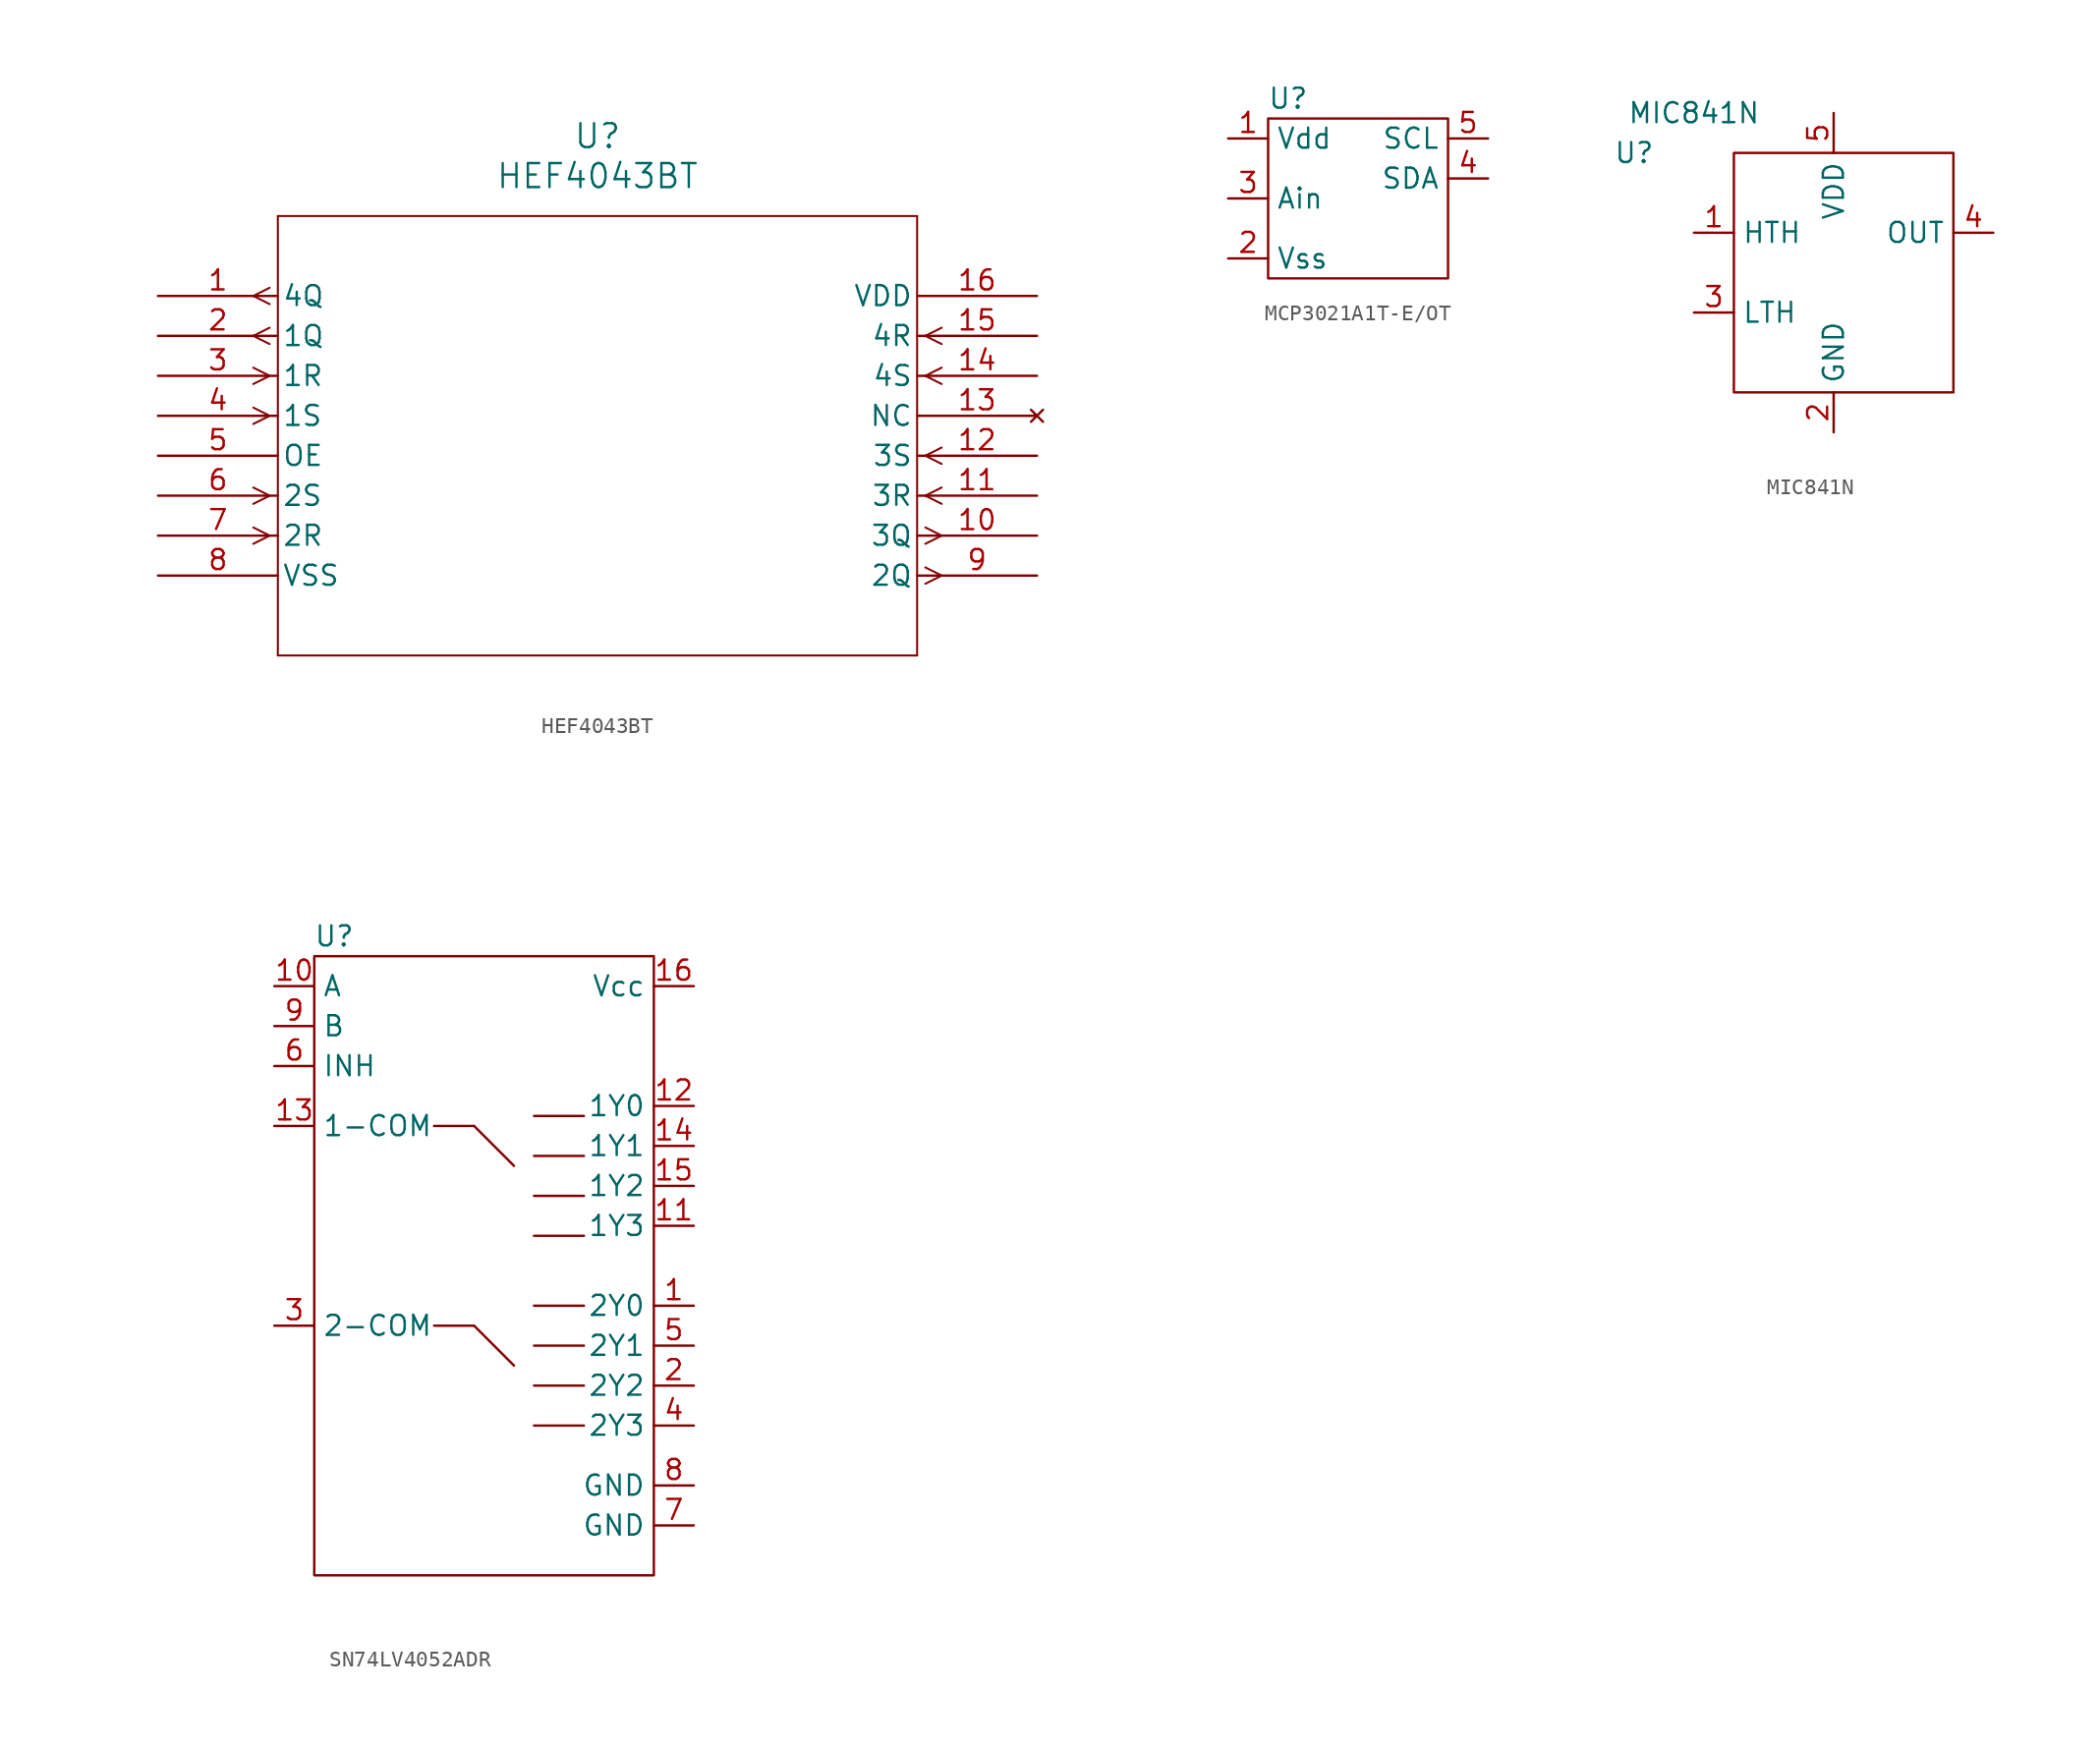
<source format=kicad_sym>
(kicad_symbol_lib
  (version 20220914)
  (generator kicad_symbol_editor)
  (symbol "HEF4043BT"
    (pin_names
      (offset 0.254))
    (property "Reference" "U"
      (at 27.94 10.16 0)
      (effects (font (size 1.524 1.524))))
    (property "Value" "HEF4043BT"
      (at 27.94 7.62 0)
      (effects (font (size 1.524 1.524))))
    (property "ki_locked" ""
      (at 0 0 0)
      (effects (font (size 1.27 1.27))))
    (symbol "HEF4043BT_0_1"
      (polyline (pts (xy 7.099 -15.24) (xy 6.058 -15.761)) (stroke (width 0.127) (type default)) (fill (type none)))
      (polyline (pts (xy 7.099 -15.24) (xy 6.058 -14.719)) (stroke (width 0.127) (type default)) (fill (type none)))
      (polyline (pts (xy 7.099 -12.7) (xy 6.058 -13.221)) (stroke (width 0.127) (type default)) (fill (type none)))
      (polyline (pts (xy 7.099 -12.7) (xy 6.058 -12.179)) (stroke (width 0.127) (type default)) (fill (type none)))
      (polyline (pts (xy 7.099 -7.62) (xy 6.058 -8.141)) (stroke (width 0.127) (type default)) (fill (type none)))
      (polyline (pts (xy 7.099 -7.62) (xy 6.058 -7.099)) (stroke (width 0.127) (type default)) (fill (type none)))
      (polyline (pts (xy 7.099 -5.08) (xy 6.058 -5.601)) (stroke (width 0.127) (type default)) (fill (type none)))
      (polyline (pts (xy 7.099 -5.08) (xy 6.058 -4.559)) (stroke (width 0.127) (type default)) (fill (type none)))
      (polyline (pts (xy 7.099 -3.061) (xy 6.058 -2.54)) (stroke (width 0.127) (type default)) (fill (type none)))
      (polyline (pts (xy 7.099 -2.019) (xy 6.058 -2.54)) (stroke (width 0.127) (type default)) (fill (type none)))
      (polyline (pts (xy 7.099 -0.521) (xy 6.058 0)) (stroke (width 0.127) (type default)) (fill (type none)))
      (polyline (pts (xy 7.099 0.521) (xy 6.058 0)) (stroke (width 0.127) (type default)) (fill (type none)))
      (polyline (pts (xy 7.62 -22.86) (xy 48.26 -22.86)) (stroke (width 0.127) (type default)) (fill (type none)))
      (polyline (pts (xy 7.62 5.08) (xy 7.62 -22.86)) (stroke (width 0.127) (type default)) (fill (type none)))
      (polyline (pts (xy 48.26 -22.86) (xy 48.26 5.08)) (stroke (width 0.127) (type default)) (fill (type none)))
      (polyline (pts (xy 48.26 5.08) (xy 7.62 5.08)) (stroke (width 0.127) (type default)) (fill (type none)))
      (polyline (pts (xy 48.781 -18.301) (xy 49.822 -17.78)) (stroke (width 0.127) (type default)) (fill (type none)))
      (polyline (pts (xy 48.781 -17.259) (xy 49.822 -17.78)) (stroke (width 0.127) (type default)) (fill (type none)))
      (polyline (pts (xy 48.781 -15.761) (xy 49.822 -15.24)) (stroke (width 0.127) (type default)) (fill (type none)))
      (polyline (pts (xy 48.781 -14.719) (xy 49.822 -15.24)) (stroke (width 0.127) (type default)) (fill (type none)))
      (polyline (pts (xy 48.781 -12.7) (xy 49.822 -13.221)) (stroke (width 0.127) (type default)) (fill (type none)))
      (polyline (pts (xy 48.781 -12.7) (xy 49.822 -12.179)) (stroke (width 0.127) (type default)) (fill (type none)))
      (polyline (pts (xy 48.781 -10.16) (xy 49.822 -10.681)) (stroke (width 0.127) (type default)) (fill (type none)))
      (polyline (pts (xy 48.781 -10.16) (xy 49.822 -9.639)) (stroke (width 0.127) (type default)) (fill (type none)))
      (polyline (pts (xy 48.781 -5.08) (xy 49.822 -5.601)) (stroke (width 0.127) (type default)) (fill (type none)))
      (polyline (pts (xy 48.781 -5.08) (xy 49.822 -4.559)) (stroke (width 0.127) (type default)) (fill (type none)))
      (polyline (pts (xy 48.781 -2.54) (xy 49.822 -3.061)) (stroke (width 0.127) (type default)) (fill (type none)))
      (polyline (pts (xy 48.781 -2.54) (xy 49.822 -2.019)) (stroke (width 0.127) (type default)) (fill (type none)))
      (pin output line (at 0 0 0) (length 7.62) (name "4Q" (effects (font (size 1.27 1.27)))) (number "1" (effects (font (size 1.27 1.27)))))
      (pin output line (at 55.88 -15.24 180) (length 7.62) (name "3Q" (effects (font (size 1.27 1.27)))) (number "10" (effects (font (size 1.27 1.27)))))
      (pin input line (at 55.88 -12.7 180) (length 7.62) (name "3R" (effects (font (size 1.27 1.27)))) (number "11" (effects (font (size 1.27 1.27)))))
      (pin input line (at 55.88 -10.16 180) (length 7.62) (name "3S" (effects (font (size 1.27 1.27)))) (number "12" (effects (font (size 1.27 1.27)))))
      (pin no_connect line (at 55.88 -7.62 180) (length 7.62) (name "NC" (effects (font (size 1.27 1.27)))) (number "13" (effects (font (size 1.27 1.27)))))
      (pin input line (at 55.88 -5.08 180) (length 7.62) (name "4S" (effects (font (size 1.27 1.27)))) (number "14" (effects (font (size 1.27 1.27)))))
      (pin input line (at 55.88 -2.54 180) (length 7.62) (name "4R" (effects (font (size 1.27 1.27)))) (number "15" (effects (font (size 1.27 1.27)))))
      (pin power_in line (at 55.88 0 180) (length 7.62) (name "VDD" (effects (font (size 1.27 1.27)))) (number "16" (effects (font (size 1.27 1.27)))))
      (pin output line (at 0 -2.54 0) (length 7.62) (name "1Q" (effects (font (size 1.27 1.27)))) (number "2" (effects (font (size 1.27 1.27)))))
      (pin input line (at 0 -5.08 0) (length 7.62) (name "1R" (effects (font (size 1.27 1.27)))) (number "3" (effects (font (size 1.27 1.27)))))
      (pin input line (at 0 -7.62 0) (length 7.62) (name "1S" (effects (font (size 1.27 1.27)))) (number "4" (effects (font (size 1.27 1.27)))))
      (pin unspecified line (at 0 -10.16 0) (length 7.62) (name "OE" (effects (font (size 1.27 1.27)))) (number "5" (effects (font (size 1.27 1.27)))))
      (pin input line (at 0 -12.7 0) (length 7.62) (name "2S" (effects (font (size 1.27 1.27)))) (number "6" (effects (font (size 1.27 1.27)))))
      (pin input line (at 0 -15.24 0) (length 7.62) (name "2R" (effects (font (size 1.27 1.27)))) (number "7" (effects (font (size 1.27 1.27)))))
      (pin power_in line (at 0 -17.78 0) (length 7.62) (name "VSS" (effects (font (size 1.27 1.27)))) (number "8" (effects (font (size 1.27 1.27)))))
      (pin output line (at 55.88 -17.78 180) (length 7.62) (name "2Q" (effects (font (size 1.27 1.27)))) (number "9" (effects (font (size 1.27 1.27)))))))
  (symbol "MCP3021A1T-E/OT"
    (property "Reference" "U"
      (at -3.81 1.27 0)
      (effects (font (size 1.27 1.27))))
    (property "Value" ""
      (at -5.715 0 0)
      (effects (font (size 1.27 1.27))))
    (symbol "MCP3021A1T-E/OT_0_0"
      (pin unspecified line (at -7.62 -1.27 0) (length 2.54) (name "Vdd" (effects (font (size 1.27 1.27)))) (number "1" (effects (font (size 1.27 1.27)))))
      (pin unspecified line (at -7.62 -8.89 0) (length 2.54) (name "Vss" (effects (font (size 1.27 1.27)))) (number "2" (effects (font (size 1.27 1.27)))))
      (pin unspecified line (at -7.62 -5.08 0) (length 2.54) (name "Ain" (effects (font (size 1.27 1.27)))) (number "3" (effects (font (size 1.27 1.27)))))
      (pin unspecified line (at 8.89 -3.81 180) (length 2.54) (name "SDA" (effects (font (size 1.27 1.27)))) (number "4" (effects (font (size 1.27 1.27)))))
      (pin unspecified line (at 8.89 -1.27 180) (length 2.54) (name "SCL" (effects (font (size 1.27 1.27)))) (number "5" (effects (font (size 1.27 1.27))))))
    (symbol "MCP3021A1T-E/OT_0_1"
      (rectangle (start -5.08 0) (end 6.35 -10.16) (stroke (width 0) (type default)) (fill (type none)))))
  (symbol "MIC841N"
    (property "Reference" "U"
      (at -12.7 7.62 0)
      (effects (font (size 1.27 1.27))))
    (property "Value" "MIC841N"
      (at -8.89 10.16 0)
      (effects (font (size 1.27 1.27))))
    (symbol "MIC841N_0_0"
      (pin unspecified line (at -8.89 2.54 0) (length 2.54) (name "HTH" (effects (font (size 1.27 1.27)))) (number "1" (effects (font (size 1.27 1.27)))))
      (pin unspecified line (at 0 -10.16 90) (length 2.54) (name "GND" (effects (font (size 1.27 1.27)))) (number "2" (effects (font (size 1.27 1.27)))))
      (pin unspecified line (at -8.89 -2.54 0) (length 2.54) (name "LTH" (effects (font (size 1.27 1.27)))) (number "3" (effects (font (size 1.27 1.27)))))
      (pin unspecified line (at 10.16 2.54 180) (length 2.54) (name "OUT" (effects (font (size 1.27 1.27)))) (number "4" (effects (font (size 1.27 1.27)))))
      (pin unspecified line (at 0 10.16 270) (length 2.54) (name "VDD" (effects (font (size 1.27 1.27)))) (number "5" (effects (font (size 1.27 1.27))))))
    (symbol "MIC841N_0_1"
      (rectangle (start -6.35 7.62) (end 7.62 -7.62) (stroke (width 0) (type default)) (fill (type none)))))
  (symbol "SN74LV4052ADR"
    (property "Reference" "U"
      (at -8.89 17.145 0)
      (effects (font (size 1.27 1.27))))
    (property "Value" ""
      (at -22.225 20.32 0)
      (effects (font (size 1.27 1.27))))
    (symbol "SN74LV4052ADR_0_0"
      (pin unspecified line (at 13.97 -6.35 180) (length 2.54) (name "2Y0" (effects (font (size 1.27 1.27)))) (number "1" (effects (font (size 1.27 1.27)))))
      (pin unspecified line (at -12.7 13.97 0) (length 2.54) (name "A" (effects (font (size 1.27 1.27)))) (number "10" (effects (font (size 1.27 1.27)))))
      (pin unspecified line (at 13.97 -1.27 180) (length 2.54) (name "1Y3" (effects (font (size 1.27 1.27)))) (number "11" (effects (font (size 1.27 1.27)))))
      (pin unspecified line (at 13.97 6.35 180) (length 2.54) (name "1Y0" (effects (font (size 1.27 1.27)))) (number "12" (effects (font (size 1.27 1.27)))))
      (pin unspecified line (at -12.7 5.08 0) (length 2.54) (name "1-COM" (effects (font (size 1.27 1.27)))) (number "13" (effects (font (size 1.27 1.27)))))
      (pin unspecified line (at 13.97 3.81 180) (length 2.54) (name "1Y1" (effects (font (size 1.27 1.27)))) (number "14" (effects (font (size 1.27 1.27)))))
      (pin unspecified line (at 13.97 1.27 180) (length 2.54) (name "1Y2" (effects (font (size 1.27 1.27)))) (number "15" (effects (font (size 1.27 1.27)))))
      (pin unspecified line (at 13.97 13.97 180) (length 2.54) (name "Vcc" (effects (font (size 1.27 1.27)))) (number "16" (effects (font (size 1.27 1.27)))))
      (pin unspecified line (at 13.97 -11.43 180) (length 2.54) (name "2Y2" (effects (font (size 1.27 1.27)))) (number "2" (effects (font (size 1.27 1.27)))))
      (pin unspecified line (at -12.7 -7.62 0) (length 2.54) (name "2-COM" (effects (font (size 1.27 1.27)))) (number "3" (effects (font (size 1.27 1.27)))))
      (pin unspecified line (at 13.97 -13.97 180) (length 2.54) (name "2Y3" (effects (font (size 1.27 1.27)))) (number "4" (effects (font (size 1.27 1.27)))))
      (pin unspecified line (at 13.97 -8.89 180) (length 2.54) (name "2Y1" (effects (font (size 1.27 1.27)))) (number "5" (effects (font (size 1.27 1.27)))))
      (pin unspecified line (at -12.7 8.89 0) (length 2.54) (name "INH" (effects (font (size 1.27 1.27)))) (number "6" (effects (font (size 1.27 1.27)))))
      (pin unspecified line (at 13.97 -20.32 180) (length 2.54) (name "GND" (effects (font (size 1.27 1.27)))) (number "7" (effects (font (size 1.27 1.27)))))
      (pin unspecified line (at 13.97 -17.78 180) (length 2.54) (name "GND" (effects (font (size 1.27 1.27)))) (number "8" (effects (font (size 1.27 1.27)))))
      (pin unspecified line (at -12.7 11.43 0) (length 2.54) (name "B" (effects (font (size 1.27 1.27)))) (number "9" (effects (font (size 1.27 1.27))))))
    (symbol "SN74LV4052ADR_0_1"
      (rectangle (start -10.16 15.875) (end 11.43 -23.495) (stroke (width 0) (type default)) (fill (type none)))
      (polyline (pts (xy -2.54 -7.62) (xy 0 -7.62)) (stroke (width 0) (type default)) (fill (type none)))
      (polyline (pts (xy -2.54 5.08) (xy 0 5.08)) (stroke (width 0) (type default)) (fill (type none)))
      (polyline (pts (xy 0 -7.62) (xy 2.54 -10.16)) (stroke (width 0) (type default)) (fill (type none)))
      (polyline (pts (xy 0 5.08) (xy 2.54 2.54)) (stroke (width 0) (type default)) (fill (type none)))
      (polyline (pts (xy 3.81 -13.97) (xy 6.985 -13.97)) (stroke (width 0) (type default)) (fill (type none)))
      (polyline (pts (xy 3.81 -11.43) (xy 6.985 -11.43)) (stroke (width 0) (type default)) (fill (type none)))
      (polyline (pts (xy 3.81 -8.89) (xy 6.985 -8.89)) (stroke (width 0) (type default)) (fill (type none)))
      (polyline (pts (xy 3.81 -6.35) (xy 6.985 -6.35)) (stroke (width 0) (type default)) (fill (type none)))
      (polyline (pts (xy 3.81 -1.905) (xy 6.985 -1.905)) (stroke (width 0) (type default)) (fill (type none)))
      (polyline (pts (xy 3.81 0.635) (xy 6.985 0.635)) (stroke (width 0) (type default)) (fill (type none)))
      (polyline (pts (xy 3.81 3.175) (xy 6.985 3.175)) (stroke (width 0) (type default)) (fill (type none)))
      (polyline (pts (xy 3.81 5.715) (xy 6.985 5.715)) (stroke (width 0) (type default)) (fill (type none))))))
</source>
